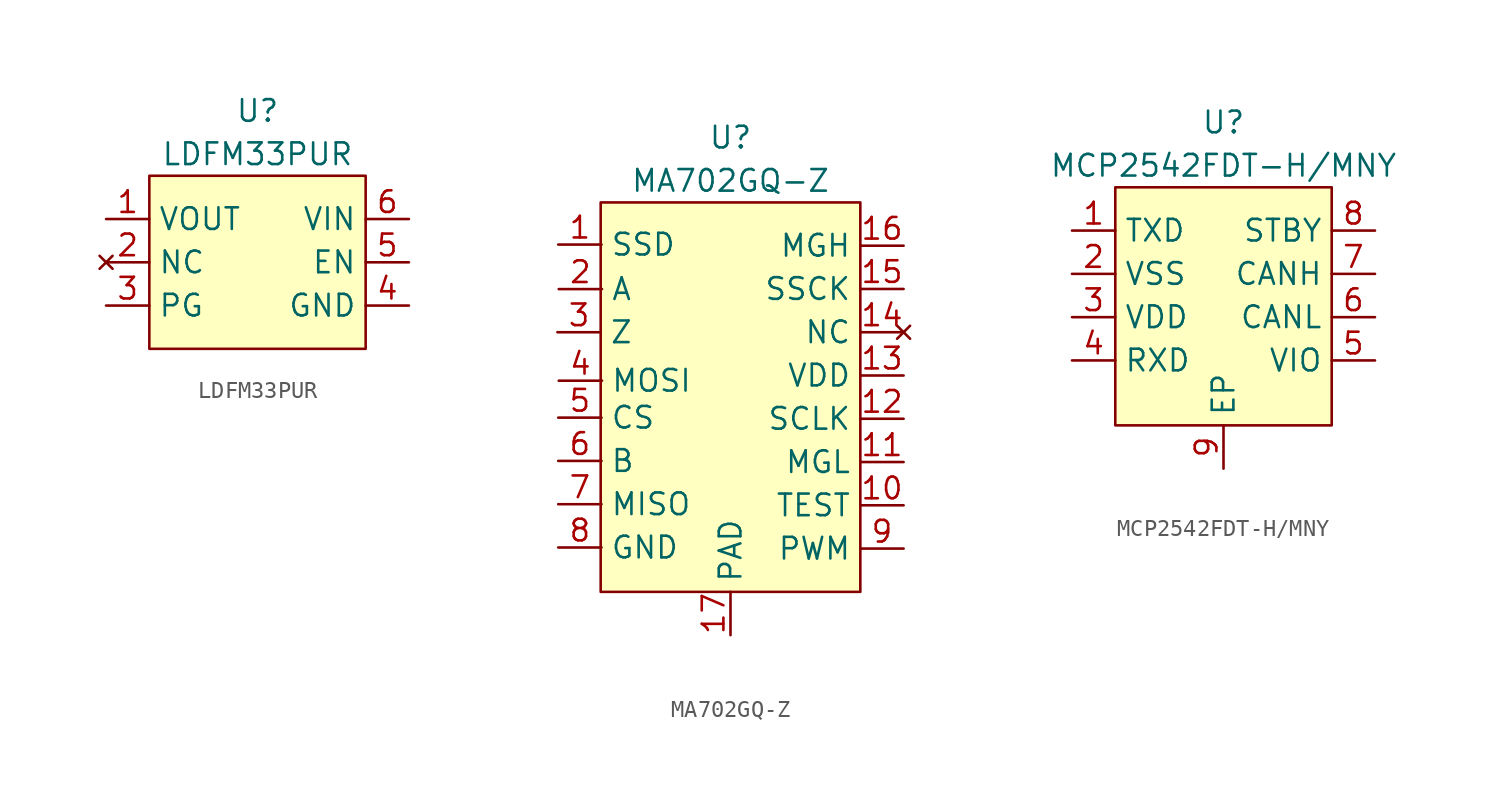
<source format=kicad_sym>
(kicad_symbol_lib
  (version 20231120)
  (generator "kicad_symbol_editor")
  (generator_version "8.0")
  (symbol "LDFM33PUR"
    (property "Reference" "U"
      (at 0 8.89 0)
      (effects (font (size 1.27 1.27))))
    (property "Value" "LDFM33PUR"
      (at 0 6.35 0)
      (effects (font (size 1.27 1.27))))
    (symbol "LDFM33PUR_1_1"
      (rectangle (start -6.35 5.08) (end 6.35 -5.08) (stroke (width 0) (type default)) (fill (type background)))
      (pin power_out line (at -8.89 2.54 0) (length 2.54) (name "VOUT" (effects (font (size 1.27 1.27)))) (number "1" (effects (font (size 1.27 1.27)))))
      (pin no_connect line (at -8.89 0 0) (length 2.54) (name "NC" (effects (font (size 1.27 1.27)))) (number "2" (effects (font (size 1.27 1.27)))))
      (pin power_out line (at -8.89 -2.54 0) (length 2.54) (name "PG" (effects (font (size 1.27 1.27)))) (number "3" (effects (font (size 1.27 1.27)))))
      (pin power_in line (at 8.89 -2.54 180) (length 2.54) (name "GND" (effects (font (size 1.27 1.27)))) (number "4" (effects (font (size 1.27 1.27)))))
      (pin input line (at 8.89 0 180) (length 2.54) (name "EN" (effects (font (size 1.27 1.27)))) (number "5" (effects (font (size 1.27 1.27)))))
      (pin power_in line (at 8.89 2.54 180) (length 2.54) (name "VIN" (effects (font (size 1.27 1.27)))) (number "6" (effects (font (size 1.27 1.27)))))))
  (symbol "MA702GQ-Z"
    (property "Reference" "U"
      (at 0 15.24 0)
      (effects (font (size 1.27 1.27))))
    (property "Value" "MA702GQ-Z"
      (at 0 12.7 0)
      (effects (font (size 1.27 1.27))))
    (symbol "MA702GQ-Z_1_1"
      (rectangle (start -7.62 11.43) (end 7.62 -11.43) (stroke (width 0) (type default)) (fill (type background)))
      (pin output line (at -10.112 8.956 0) (length 2.54) (name "SSD" (effects (font (size 1.27 1.27)))) (number "1" (effects (font (size 1.27 1.27)))))
      (pin power_in line (at 10.16 -6.35 180) (length 2.54) (name "TEST" (effects (font (size 1.27 1.27)))) (number "10" (effects (font (size 1.27 1.27)))))
      (pin output line (at 10.16 -3.81 180) (length 2.54) (name "MGL" (effects (font (size 1.27 1.27)))) (number "11" (effects (font (size 1.27 1.27)))))
      (pin input line (at 10.16 -1.27 180) (length 2.54) (name "SCLK" (effects (font (size 1.27 1.27)))) (number "12" (effects (font (size 1.27 1.27)))))
      (pin power_in line (at 10.16 1.27 180) (length 2.54) (name "VDD" (effects (font (size 1.27 1.27)))) (number "13" (effects (font (size 1.27 1.27)))))
      (pin no_connect line (at 10.16 3.81 180) (length 2.54) (name "NC" (effects (font (size 1.27 1.27)))) (number "14" (effects (font (size 1.27 1.27)))))
      (pin input line (at 10.16 6.35 180) (length 2.54) (name "SSCK" (effects (font (size 1.27 1.27)))) (number "15" (effects (font (size 1.27 1.27)))))
      (pin output line (at 10.16 8.89 180) (length 2.54) (name "MGH" (effects (font (size 1.27 1.27)))) (number "16" (effects (font (size 1.27 1.27)))))
      (pin power_in line (at 0 -13.97 90) (length 2.54) (name "PAD" (effects (font (size 1.27 1.27)))) (number "17" (effects (font (size 1.27 1.27)))))
      (pin output line (at -10.082 6.343 0) (length 2.54) (name "A" (effects (font (size 1.27 1.27)))) (number "2" (effects (font (size 1.27 1.27)))))
      (pin output line (at -10.16 3.81 0) (length 2.54) (name "Z" (effects (font (size 1.27 1.27)))) (number "3" (effects (font (size 1.27 1.27)))))
      (pin input line (at -10.082 0.965 0) (length 2.54) (name "MOSI" (effects (font (size 1.27 1.27)))) (number "4" (effects (font (size 1.27 1.27)))))
      (pin input line (at -10.112 -1.204 0) (length 2.54) (name "CS" (effects (font (size 1.27 1.27)))) (number "5" (effects (font (size 1.27 1.27)))))
      (pin output line (at -10.112 -3.744 0) (length 2.54) (name "B" (effects (font (size 1.27 1.27)))) (number "6" (effects (font (size 1.27 1.27)))))
      (pin output line (at -10.112 -6.284 0) (length 2.54) (name "MISO" (effects (font (size 1.27 1.27)))) (number "7" (effects (font (size 1.27 1.27)))))
      (pin power_in line (at -10.112 -8.824 0) (length 2.54) (name "GND" (effects (font (size 1.27 1.27)))) (number "8" (effects (font (size 1.27 1.27)))))
      (pin output line (at 10.16 -8.89 180) (length 2.54) (name "PWM" (effects (font (size 1.27 1.27)))) (number "9" (effects (font (size 1.27 1.27)))))))
  (symbol "MCP2542FDT-H/MNY"
    (property "Reference" "U"
      (at 0 6.35 0)
      (effects (font (size 1.27 1.27))))
    (property "Value" "MCP2542FDT-H/MNY"
      (at 0 3.81 0)
      (effects (font (size 1.27 1.27))))
    (symbol "MCP2542FDT-H/MNY_1_1"
      (rectangle (start -6.35 2.54) (end 6.35 -11.43) (stroke (width 0) (type default)) (fill (type background)))
      (pin output line (at -8.89 0 0) (length 2.54) (name "TXD" (effects (font (size 1.27 1.27)))) (number "1" (effects (font (size 1.27 1.27)))))
      (pin power_in line (at -8.89 -2.54 0) (length 2.54) (name "VSS" (effects (font (size 1.27 1.27)))) (number "2" (effects (font (size 1.27 1.27)))))
      (pin power_in line (at -8.89 -5.08 0) (length 2.54) (name "VDD" (effects (font (size 1.27 1.27)))) (number "3" (effects (font (size 1.27 1.27)))))
      (pin input line (at -8.89 -7.62 0) (length 2.54) (name "RXD" (effects (font (size 1.27 1.27)))) (number "4" (effects (font (size 1.27 1.27)))))
      (pin bidirectional line (at 8.89 -7.62 180) (length 2.54) (name "VIO" (effects (font (size 1.27 1.27)))) (number "5" (effects (font (size 1.27 1.27)))))
      (pin bidirectional line (at 8.89 -5.08 180) (length 2.54) (name "CANL" (effects (font (size 1.27 1.27)))) (number "6" (effects (font (size 1.27 1.27)))))
      (pin bidirectional line (at 8.89 -2.54 180) (length 2.54) (name "CANH" (effects (font (size 1.27 1.27)))) (number "7" (effects (font (size 1.27 1.27)))))
      (pin input line (at 8.89 0 180) (length 2.54) (name "STBY" (effects (font (size 1.27 1.27)))) (number "8" (effects (font (size 1.27 1.27)))))
      (pin power_in line (at 0 -13.97 90) (length 2.54) (name "EP" (effects (font (size 1.27 1.27)))) (number "9" (effects (font (size 1.27 1.27))))))))
</source>
